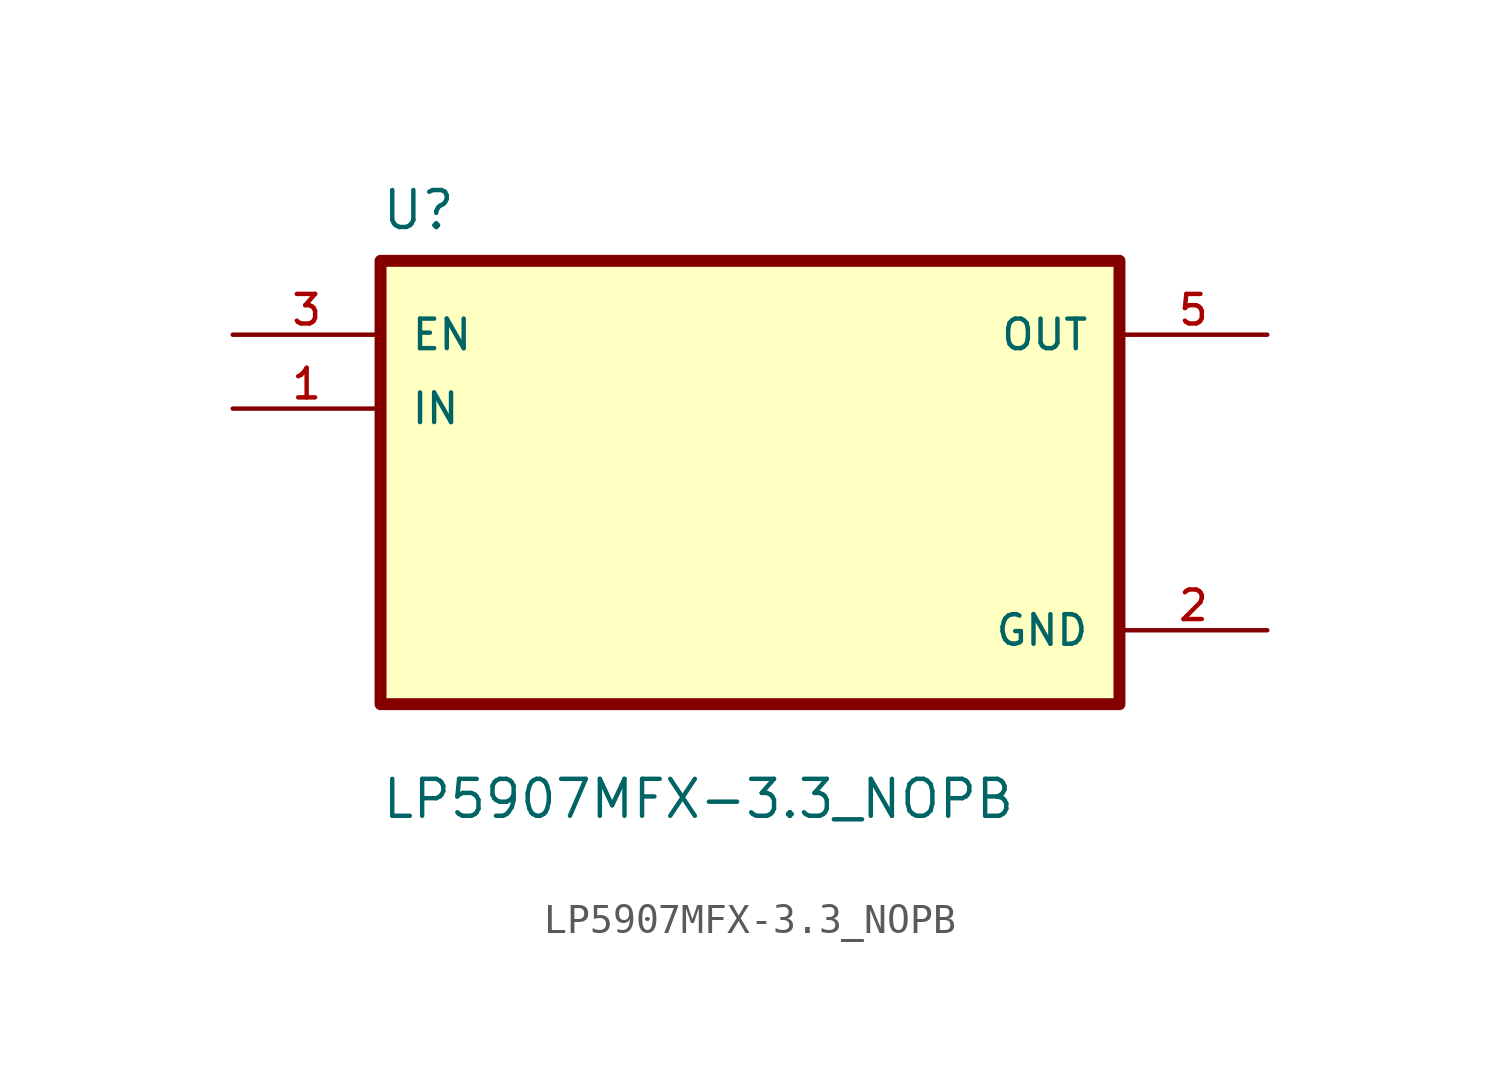
<source format=kicad_sym>
(kicad_symbol_lib
  (version 20211014)
  (generator kicad_symbol_editor)
  (symbol "LP5907MFX-3.3_NOPB"
    (pin_names
      (offset 1.016))
    (property "Reference" "U"
      (at -12.7 8.62 0.0)
      (effects (font (size 1.27 1.27)) (justify bottom left)))
    (property "Value" "LP5907MFX-3.3_NOPB"
      (at -12.7 -11.62 0.0)
      (effects (font (size 1.27 1.27)) (justify bottom left)))
    (symbol "LP5907MFX-3.3_NOPB_0_0"
      (rectangle (start -12.7 -7.62) (end 12.7 7.62) (stroke (width 0.41)) (fill (type background)))
      (pin input line (at -17.78 5.08 0) (length 5.08) (name "EN" (effects (font (size 1.016 1.016)))) (number "3" (effects (font (size 1.016 1.016)))))
      (pin input line (at -17.78 2.54 0) (length 5.08) (name "IN" (effects (font (size 1.016 1.016)))) (number "1" (effects (font (size 1.016 1.016)))))
      (pin output line (at 17.78 5.08 180.0) (length 5.08) (name "OUT" (effects (font (size 1.016 1.016)))) (number "5" (effects (font (size 1.016 1.016)))))
      (pin power_in line (at 17.78 -5.08 180.0) (length 5.08) (name "GND" (effects (font (size 1.016 1.016)))) (number "2" (effects (font (size 1.016 1.016))))))))
</source>
